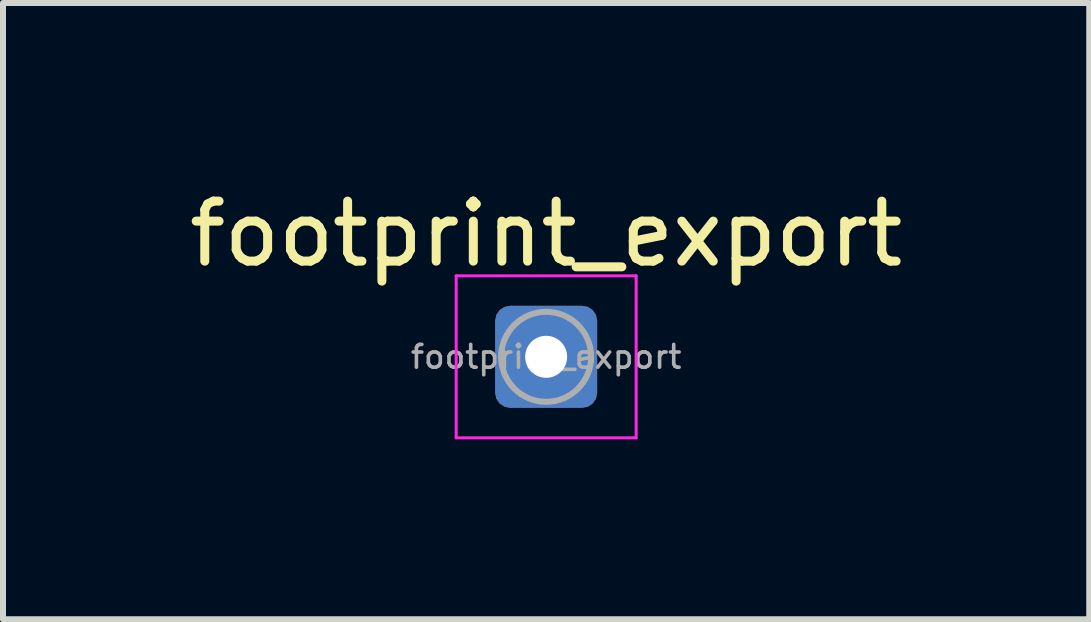
<source format=kicad_pcb>
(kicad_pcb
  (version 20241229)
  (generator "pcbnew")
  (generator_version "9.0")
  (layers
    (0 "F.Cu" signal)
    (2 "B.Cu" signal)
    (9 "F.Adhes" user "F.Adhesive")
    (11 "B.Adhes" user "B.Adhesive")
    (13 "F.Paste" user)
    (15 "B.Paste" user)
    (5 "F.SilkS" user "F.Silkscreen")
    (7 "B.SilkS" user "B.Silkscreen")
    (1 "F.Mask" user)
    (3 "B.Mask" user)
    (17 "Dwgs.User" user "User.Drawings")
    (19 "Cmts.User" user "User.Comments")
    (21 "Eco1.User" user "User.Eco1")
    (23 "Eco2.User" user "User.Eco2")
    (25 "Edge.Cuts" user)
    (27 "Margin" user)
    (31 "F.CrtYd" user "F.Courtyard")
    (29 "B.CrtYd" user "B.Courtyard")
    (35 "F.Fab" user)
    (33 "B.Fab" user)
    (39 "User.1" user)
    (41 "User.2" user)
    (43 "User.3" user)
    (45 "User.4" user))
  (footprint "footprint_export"
    (layer "F.Cu")
    (at 6.054 2.898)
    (property "Reference" "footprint_export" (at 0 -2.05 0) (layer "F.SilkS") (effects (font (size 1 1) (thickness 0.15))))
    (attr exclude_from_pos_files exclude_from_bom)
    (fp_line (start -1.5 -1.35) (end -1.5 1.35) (stroke (width 0.05) (type solid)) (layer "F.CrtYd"))
    (fp_line (start -1.5 1.35) (end 1.5 1.35) (stroke (width 0.05) (type solid)) (layer "F.CrtYd"))
    (fp_line (start 1.5 -1.35) (end -1.5 -1.35) (stroke (width 0.05) (type solid)) (layer "F.CrtYd"))
    (fp_line (start 1.5 1.35) (end 1.5 -1.35) (stroke (width 0.05) (type solid)) (layer "F.CrtYd"))
    (fp_circle (center 0 0) (end 0.75 0) (stroke (width 0.1) (type solid)) (fill no) (layer "F.Fab"))
    (fp_text user "${REFERENCE}" (at 0 0 0) (layer "F.Fab") (effects (font (size 0.38 0.38) (thickness 0.06))))
    (pad "1" thru_hole roundrect (at 0 0) (size 1.7 1.7) (drill 0.7) (layers "*.Cu" "*.Mask") (roundrect_rratio 0.147)))
  (gr_rect
    (start -3 -3)
    (end 15.107 7.273)
    (stroke (width 0.1) (type default))
    (fill no)
    (layer "Edge.Cuts")))
</source>
